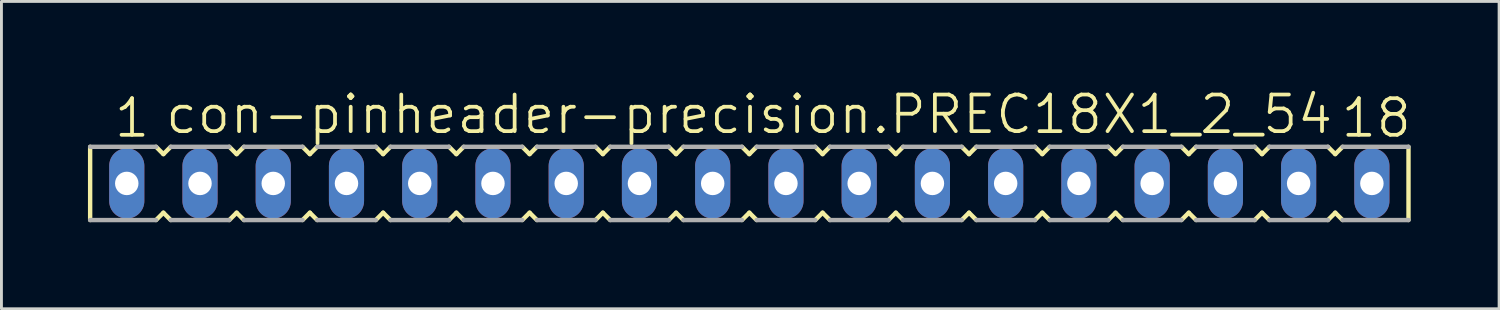
<source format=kicad_pcb>
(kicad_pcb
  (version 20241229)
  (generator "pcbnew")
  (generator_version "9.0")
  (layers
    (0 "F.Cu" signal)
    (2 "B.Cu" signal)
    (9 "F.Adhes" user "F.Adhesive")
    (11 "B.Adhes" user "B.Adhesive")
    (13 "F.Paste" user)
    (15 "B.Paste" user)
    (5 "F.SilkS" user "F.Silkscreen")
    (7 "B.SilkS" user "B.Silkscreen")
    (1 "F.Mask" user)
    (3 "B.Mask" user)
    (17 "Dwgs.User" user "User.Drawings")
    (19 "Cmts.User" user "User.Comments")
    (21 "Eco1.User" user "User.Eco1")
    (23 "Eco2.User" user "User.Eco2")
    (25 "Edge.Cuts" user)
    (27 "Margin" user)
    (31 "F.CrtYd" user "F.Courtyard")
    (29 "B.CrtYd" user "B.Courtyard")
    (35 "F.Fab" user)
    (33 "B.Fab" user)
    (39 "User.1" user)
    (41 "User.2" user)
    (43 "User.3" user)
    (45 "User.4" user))
  (footprint "con-pinheader-precision.PREC18X1_2_54"
    (layer "F.Cu")
    (at 22.936 3.311)
    (property "Reference" "con-pinheader-precision.PREC18X1_2_54" (at -20.32 -1.651 0) (layer "F.SilkS") (effects (font (size 1.27 1.27) (thickness 0.13)) (justify left bottom)))
    (attr through_hole)
    (fp_line (start -22.86 -1.27) (end -22.86 1.27) (stroke (width 0.152) (type default)) (layer "F.SilkS"))
    (fp_line (start -20.574 1.27) (end -20.32 1.016) (stroke (width 0.152) (type default)) (layer "F.SilkS"))
    (fp_line (start -20.32 -1.016) (end -20.574 -1.27) (stroke (width 0.152) (type default)) (layer "F.SilkS"))
    (fp_line (start -20.32 1.016) (end -20.066 1.27) (stroke (width 0.152) (type default)) (layer "F.SilkS"))
    (fp_line (start -20.066 -1.27) (end -20.32 -1.016) (stroke (width 0.152) (type default)) (layer "F.SilkS"))
    (fp_line (start -18.034 1.27) (end -17.78 1.016) (stroke (width 0.152) (type default)) (layer "F.SilkS"))
    (fp_line (start -17.78 -1.016) (end -18.034 -1.27) (stroke (width 0.152) (type default)) (layer "F.SilkS"))
    (fp_line (start -17.78 1.016) (end -17.526 1.27) (stroke (width 0.152) (type default)) (layer "F.SilkS"))
    (fp_line (start -17.526 -1.27) (end -17.78 -1.016) (stroke (width 0.152) (type default)) (layer "F.SilkS"))
    (fp_line (start -15.494 1.27) (end -15.24 1.016) (stroke (width 0.152) (type default)) (layer "F.SilkS"))
    (fp_line (start -15.24 -1.016) (end -15.494 -1.27) (stroke (width 0.152) (type default)) (layer "F.SilkS"))
    (fp_line (start -15.24 1.016) (end -14.986 1.27) (stroke (width 0.152) (type default)) (layer "F.SilkS"))
    (fp_line (start -14.986 -1.27) (end -15.24 -1.016) (stroke (width 0.152) (type default)) (layer "F.SilkS"))
    (fp_line (start -12.954 1.27) (end -12.7 1.016) (stroke (width 0.152) (type default)) (layer "F.SilkS"))
    (fp_line (start -12.7 -1.016) (end -12.954 -1.27) (stroke (width 0.152) (type default)) (layer "F.SilkS"))
    (fp_line (start -12.7 1.016) (end -12.446 1.27) (stroke (width 0.152) (type default)) (layer "F.SilkS"))
    (fp_line (start -12.446 -1.27) (end -12.7 -1.016) (stroke (width 0.152) (type default)) (layer "F.SilkS"))
    (fp_line (start -10.414 1.27) (end -10.16 1.016) (stroke (width 0.152) (type default)) (layer "F.SilkS"))
    (fp_line (start -10.16 -1.016) (end -10.414 -1.27) (stroke (width 0.152) (type default)) (layer "F.SilkS"))
    (fp_line (start -10.16 1.016) (end -9.906 1.27) (stroke (width 0.152) (type default)) (layer "F.SilkS"))
    (fp_line (start -9.906 -1.27) (end -10.16 -1.016) (stroke (width 0.152) (type default)) (layer "F.SilkS"))
    (fp_line (start -7.874 1.27) (end -7.62 1.016) (stroke (width 0.152) (type default)) (layer "F.SilkS"))
    (fp_line (start -7.62 -1.016) (end -7.874 -1.27) (stroke (width 0.152) (type default)) (layer "F.SilkS"))
    (fp_line (start -7.62 1.016) (end -7.366 1.27) (stroke (width 0.152) (type default)) (layer "F.SilkS"))
    (fp_line (start -7.366 -1.27) (end -7.62 -1.016) (stroke (width 0.152) (type default)) (layer "F.SilkS"))
    (fp_line (start -5.334 1.27) (end -5.08 1.016) (stroke (width 0.152) (type default)) (layer "F.SilkS"))
    (fp_line (start -5.08 -1.016) (end -5.334 -1.27) (stroke (width 0.152) (type default)) (layer "F.SilkS"))
    (fp_line (start -5.08 1.016) (end -4.826 1.27) (stroke (width 0.152) (type default)) (layer "F.SilkS"))
    (fp_line (start -4.826 -1.27) (end -5.08 -1.016) (stroke (width 0.152) (type default)) (layer "F.SilkS"))
    (fp_line (start -2.794 1.27) (end -2.54 1.016) (stroke (width 0.152) (type default)) (layer "F.SilkS"))
    (fp_line (start -2.54 -1.016) (end -2.794 -1.27) (stroke (width 0.152) (type default)) (layer "F.SilkS"))
    (fp_line (start -2.54 1.016) (end -2.286 1.27) (stroke (width 0.152) (type default)) (layer "F.SilkS"))
    (fp_line (start -2.286 -1.27) (end -2.54 -1.016) (stroke (width 0.152) (type default)) (layer "F.SilkS"))
    (fp_line (start -0.254 1.27) (end 0 1.016) (stroke (width 0.152) (type default)) (layer "F.SilkS"))
    (fp_line (start 0 -1.016) (end -0.254 -1.27) (stroke (width 0.152) (type default)) (layer "F.SilkS"))
    (fp_line (start 0 1.016) (end 0.254 1.27) (stroke (width 0.152) (type default)) (layer "F.SilkS"))
    (fp_line (start 0.254 -1.27) (end 0 -1.016) (stroke (width 0.152) (type default)) (layer "F.SilkS"))
    (fp_line (start 2.286 1.27) (end 2.54 1.016) (stroke (width 0.152) (type default)) (layer "F.SilkS"))
    (fp_line (start 2.54 -1.016) (end 2.286 -1.27) (stroke (width 0.152) (type default)) (layer "F.SilkS"))
    (fp_line (start 2.54 1.016) (end 2.794 1.27) (stroke (width 0.152) (type default)) (layer "F.SilkS"))
    (fp_line (start 2.794 -1.27) (end 2.54 -1.016) (stroke (width 0.152) (type default)) (layer "F.SilkS"))
    (fp_line (start 4.826 1.27) (end 5.08 1.016) (stroke (width 0.152) (type default)) (layer "F.SilkS"))
    (fp_line (start 5.08 -1.016) (end 4.826 -1.27) (stroke (width 0.152) (type default)) (layer "F.SilkS"))
    (fp_line (start 5.08 1.016) (end 5.334 1.27) (stroke (width 0.152) (type default)) (layer "F.SilkS"))
    (fp_line (start 5.334 -1.27) (end 5.08 -1.016) (stroke (width 0.152) (type default)) (layer "F.SilkS"))
    (fp_line (start 7.366 1.27) (end 7.62 1.016) (stroke (width 0.152) (type default)) (layer "F.SilkS"))
    (fp_line (start 7.62 -1.016) (end 7.366 -1.27) (stroke (width 0.152) (type default)) (layer "F.SilkS"))
    (fp_line (start 7.62 1.016) (end 7.874 1.27) (stroke (width 0.152) (type default)) (layer "F.SilkS"))
    (fp_line (start 7.874 -1.27) (end 7.62 -1.016) (stroke (width 0.152) (type default)) (layer "F.SilkS"))
    (fp_line (start 9.906 1.27) (end 10.16 1.016) (stroke (width 0.152) (type default)) (layer "F.SilkS"))
    (fp_line (start 10.16 -1.016) (end 9.906 -1.27) (stroke (width 0.152) (type default)) (layer "F.SilkS"))
    (fp_line (start 10.16 1.016) (end 10.414 1.27) (stroke (width 0.152) (type default)) (layer "F.SilkS"))
    (fp_line (start 10.414 -1.27) (end 10.16 -1.016) (stroke (width 0.152) (type default)) (layer "F.SilkS"))
    (fp_line (start 12.446 1.27) (end 12.7 1.016) (stroke (width 0.152) (type default)) (layer "F.SilkS"))
    (fp_line (start 12.7 -1.016) (end 12.446 -1.27) (stroke (width 0.152) (type default)) (layer "F.SilkS"))
    (fp_line (start 12.7 1.016) (end 12.954 1.27) (stroke (width 0.152) (type default)) (layer "F.SilkS"))
    (fp_line (start 12.954 -1.27) (end 12.7 -1.016) (stroke (width 0.152) (type default)) (layer "F.SilkS"))
    (fp_line (start 14.986 1.27) (end 15.24 1.016) (stroke (width 0.152) (type default)) (layer "F.SilkS"))
    (fp_line (start 15.24 -1.016) (end 14.986 -1.27) (stroke (width 0.152) (type default)) (layer "F.SilkS"))
    (fp_line (start 15.24 1.016) (end 15.494 1.27) (stroke (width 0.152) (type default)) (layer "F.SilkS"))
    (fp_line (start 15.494 -1.27) (end 15.24 -1.016) (stroke (width 0.152) (type default)) (layer "F.SilkS"))
    (fp_line (start 17.526 1.27) (end 17.78 1.016) (stroke (width 0.152) (type default)) (layer "F.SilkS"))
    (fp_line (start 17.78 -1.016) (end 17.526 -1.27) (stroke (width 0.152) (type default)) (layer "F.SilkS"))
    (fp_line (start 17.78 1.016) (end 18.034 1.27) (stroke (width 0.152) (type default)) (layer "F.SilkS"))
    (fp_line (start 18.034 -1.27) (end 17.78 -1.016) (stroke (width 0.152) (type default)) (layer "F.SilkS"))
    (fp_line (start 20.066 1.27) (end 20.32 1.016) (stroke (width 0.152) (type default)) (layer "F.SilkS"))
    (fp_line (start 20.32 -1.016) (end 20.066 -1.27) (stroke (width 0.152) (type default)) (layer "F.SilkS"))
    (fp_line (start 20.32 1.016) (end 20.574 1.27) (stroke (width 0.152) (type default)) (layer "F.SilkS"))
    (fp_line (start 20.574 -1.27) (end 20.32 -1.016) (stroke (width 0.152) (type default)) (layer "F.SilkS"))
    (fp_line (start 22.86 -1.27) (end 22.86 1.27) (stroke (width 0.152) (type default)) (layer "F.SilkS"))
    (fp_line (start -22.86 1.27) (end -20.574 1.27) (stroke (width 0.152) (type default)) (layer "F.Fab"))
    (fp_line (start -20.574 -1.27) (end -22.86 -1.27) (stroke (width 0.152) (type default)) (layer "F.Fab"))
    (fp_line (start -20.066 1.27) (end -18.034 1.27) (stroke (width 0.152) (type default)) (layer "F.Fab"))
    (fp_line (start -18.034 -1.27) (end -20.066 -1.27) (stroke (width 0.152) (type default)) (layer "F.Fab"))
    (fp_line (start -17.526 1.27) (end -15.494 1.27) (stroke (width 0.152) (type default)) (layer "F.Fab"))
    (fp_line (start -15.494 -1.27) (end -17.526 -1.27) (stroke (width 0.152) (type default)) (layer "F.Fab"))
    (fp_line (start -14.986 1.27) (end -12.954 1.27) (stroke (width 0.152) (type default)) (layer "F.Fab"))
    (fp_line (start -12.954 -1.27) (end -14.986 -1.27) (stroke (width 0.152) (type default)) (layer "F.Fab"))
    (fp_line (start -12.446 1.27) (end -10.414 1.27) (stroke (width 0.152) (type default)) (layer "F.Fab"))
    (fp_line (start -10.414 -1.27) (end -12.446 -1.27) (stroke (width 0.152) (type default)) (layer "F.Fab"))
    (fp_line (start -9.906 1.27) (end -7.874 1.27) (stroke (width 0.152) (type default)) (layer "F.Fab"))
    (fp_line (start -7.874 -1.27) (end -9.906 -1.27) (stroke (width 0.152) (type default)) (layer "F.Fab"))
    (fp_line (start -7.366 1.27) (end -5.334 1.27) (stroke (width 0.152) (type default)) (layer "F.Fab"))
    (fp_line (start -5.334 -1.27) (end -7.366 -1.27) (stroke (width 0.152) (type default)) (layer "F.Fab"))
    (fp_line (start -4.826 1.27) (end -2.794 1.27) (stroke (width 0.152) (type default)) (layer "F.Fab"))
    (fp_line (start -2.794 -1.27) (end -4.826 -1.27) (stroke (width 0.152) (type default)) (layer "F.Fab"))
    (fp_line (start -2.286 1.27) (end -0.254 1.27) (stroke (width 0.152) (type default)) (layer "F.Fab"))
    (fp_line (start -0.254 -1.27) (end -2.286 -1.27) (stroke (width 0.152) (type default)) (layer "F.Fab"))
    (fp_line (start 0.254 1.27) (end 2.286 1.27) (stroke (width 0.152) (type default)) (layer "F.Fab"))
    (fp_line (start 2.286 -1.27) (end 0.254 -1.27) (stroke (width 0.152) (type default)) (layer "F.Fab"))
    (fp_line (start 2.794 1.27) (end 4.826 1.27) (stroke (width 0.152) (type default)) (layer "F.Fab"))
    (fp_line (start 4.826 -1.27) (end 2.794 -1.27) (stroke (width 0.152) (type default)) (layer "F.Fab"))
    (fp_line (start 5.334 1.27) (end 7.366 1.27) (stroke (width 0.152) (type default)) (layer "F.Fab"))
    (fp_line (start 7.366 -1.27) (end 5.334 -1.27) (stroke (width 0.152) (type default)) (layer "F.Fab"))
    (fp_line (start 7.874 1.27) (end 9.906 1.27) (stroke (width 0.152) (type default)) (layer "F.Fab"))
    (fp_line (start 9.906 -1.27) (end 7.874 -1.27) (stroke (width 0.152) (type default)) (layer "F.Fab"))
    (fp_line (start 10.414 1.27) (end 12.446 1.27) (stroke (width 0.152) (type default)) (layer "F.Fab"))
    (fp_line (start 12.446 -1.27) (end 10.414 -1.27) (stroke (width 0.152) (type default)) (layer "F.Fab"))
    (fp_line (start 12.954 1.27) (end 14.986 1.27) (stroke (width 0.152) (type default)) (layer "F.Fab"))
    (fp_line (start 14.986 -1.27) (end 12.954 -1.27) (stroke (width 0.152) (type default)) (layer "F.Fab"))
    (fp_line (start 15.494 1.27) (end 17.526 1.27) (stroke (width 0.152) (type default)) (layer "F.Fab"))
    (fp_line (start 17.526 -1.27) (end 15.494 -1.27) (stroke (width 0.152) (type default)) (layer "F.Fab"))
    (fp_line (start 18.034 1.27) (end 20.066 1.27) (stroke (width 0.152) (type default)) (layer "F.Fab"))
    (fp_line (start 20.066 -1.27) (end 18.034 -1.27) (stroke (width 0.152) (type default)) (layer "F.Fab"))
    (fp_line (start 20.574 1.27) (end 22.86 1.27) (stroke (width 0.152) (type default)) (layer "F.Fab"))
    (fp_line (start 22.86 -1.27) (end 20.574 -1.27) (stroke (width 0.152) (type default)) (layer "F.Fab"))
    (fp_text user "18" (at 20.447 -1.524 0) (layer "F.SilkS") (effects (font (size 1.27 1.27) (thickness 0.13)) (justify left bottom)))
    (fp_text user "1" (at -22.098 -1.524 0) (layer "F.SilkS") (effects (font (size 1.27 1.27) (thickness 0.13)) (justify left bottom)))
    (pad "1" thru_hole oval (at -21.59 0 90) (size 2.438 1.219) (drill 0.813) (layers "*.Cu" "*.Mask"))
    (pad "2" thru_hole oval (at -19.05 0 90) (size 2.438 1.219) (drill 0.813) (layers "*.Cu" "*.Mask"))
    (pad "3" thru_hole oval (at -16.51 0 90) (size 2.438 1.219) (drill 0.813) (layers "*.Cu" "*.Mask"))
    (pad "4" thru_hole oval (at -13.97 0 90) (size 2.438 1.219) (drill 0.813) (layers "*.Cu" "*.Mask"))
    (pad "5" thru_hole oval (at -11.43 0 90) (size 2.438 1.219) (drill 0.813) (layers "*.Cu" "*.Mask"))
    (pad "6" thru_hole oval (at -8.89 0 90) (size 2.438 1.219) (drill 0.813) (layers "*.Cu" "*.Mask"))
    (pad "7" thru_hole oval (at -6.35 0 90) (size 2.438 1.219) (drill 0.813) (layers "*.Cu" "*.Mask"))
    (pad "8" thru_hole oval (at -3.81 0 90) (size 2.438 1.219) (drill 0.813) (layers "*.Cu" "*.Mask"))
    (pad "9" thru_hole oval (at -1.27 0 90) (size 2.438 1.219) (drill 0.813) (layers "*.Cu" "*.Mask"))
    (pad "10" thru_hole oval (at 1.27 0 90) (size 2.438 1.219) (drill 0.813) (layers "*.Cu" "*.Mask"))
    (pad "11" thru_hole oval (at 3.81 0 90) (size 2.438 1.219) (drill 0.813) (layers "*.Cu" "*.Mask"))
    (pad "12" thru_hole oval (at 6.35 0 90) (size 2.438 1.219) (drill 0.813) (layers "*.Cu" "*.Mask"))
    (pad "13" thru_hole oval (at 8.89 0 90) (size 2.438 1.219) (drill 0.813) (layers "*.Cu" "*.Mask"))
    (pad "14" thru_hole oval (at 11.43 0 90) (size 2.438 1.219) (drill 0.813) (layers "*.Cu" "*.Mask"))
    (pad "15" thru_hole oval (at 13.97 0 90) (size 2.438 1.219) (drill 0.813) (layers "*.Cu" "*.Mask"))
    (pad "16" thru_hole oval (at 16.51 0 90) (size 2.438 1.219) (drill 0.813) (layers "*.Cu" "*.Mask"))
    (pad "17" thru_hole oval (at 19.05 0 90) (size 2.438 1.219) (drill 0.813) (layers "*.Cu" "*.Mask"))
    (pad "18" thru_hole oval (at 21.59 0 90) (size 2.438 1.219) (drill 0.813) (layers "*.Cu" "*.Mask")))
  (gr_rect
    (start -3 -3)
    (end 48.938 7.657)
    (stroke (width 0.1) (type default))
    (fill no)
    (layer "Edge.Cuts")))
</source>
